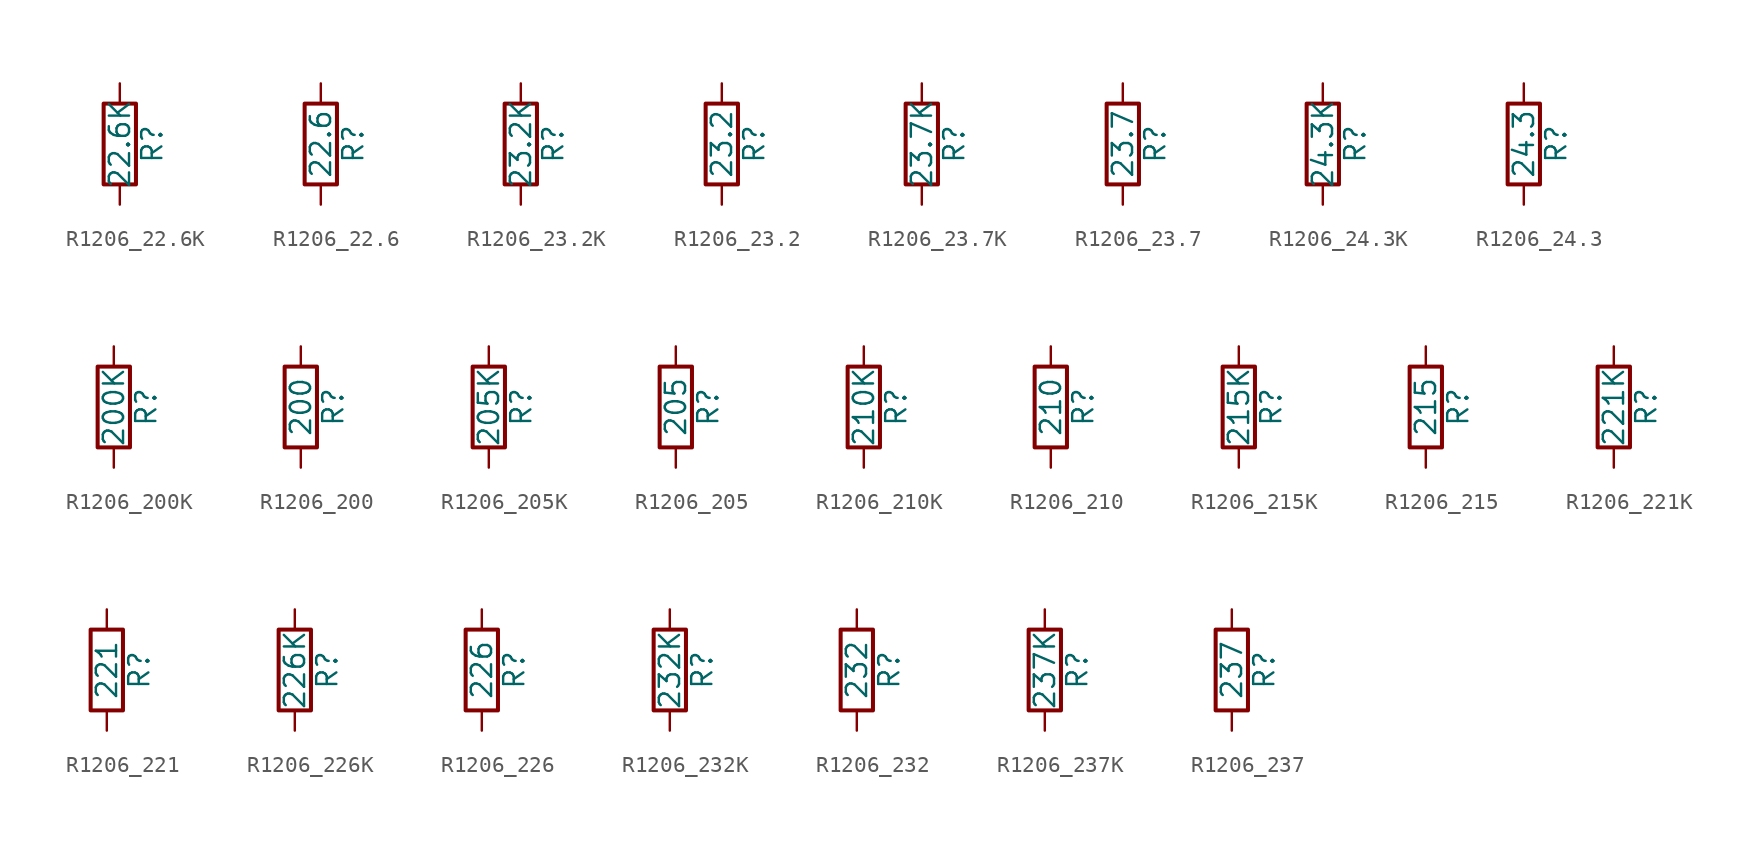
<source format=kicad_sym>
(kicad_symbol_lib
  (version 20211014)
  (generator atlantix-eda)
  (symbol "R1206_22.6K"
    (pin_numbers hide)
    (pin_names
      (offset 0))
    (property "Reference" "R"
      (at 2.032 0 90)
      (effects (font (size 1.27 1.27))))
    (property "Value" "22.6K"
      (at 0 0 90)
      (effects (font (size 1.27 1.27))))
    (symbol "R1206_22.6K_0_1"
      (rectangle (start -1.016 -2.54) (end 1.016 2.54) (stroke (width 0.254) (type default) (color 0 0 0 0)) (fill (type none))))
    (symbol "R1206_22.6K_1_1"
      (pin passive line (at 0 3.81 270) (length 1.27) (name "~" (effects (font (size 1.27 1.27)))) (number "1" (effects (font (size 1.27 1.27)))))
      (pin passive line (at 0 -3.81 90) (length 1.27) (name "~" (effects (font (size 1.27 1.27)))) (number "2" (effects (font (size 1.27 1.27)))))))
  (symbol "R1206_22.6"
    (pin_numbers hide)
    (pin_names
      (offset 0))
    (property "Reference" "R"
      (at 2.032 0 90)
      (effects (font (size 1.27 1.27))))
    (property "Value" "22.6"
      (at 0 0 90)
      (effects (font (size 1.27 1.27))))
    (symbol "R1206_22.6_0_1"
      (rectangle (start -1.016 -2.54) (end 1.016 2.54) (stroke (width 0.254) (type default) (color 0 0 0 0)) (fill (type none))))
    (symbol "R1206_22.6_1_1"
      (pin passive line (at 0 3.81 270) (length 1.27) (name "~" (effects (font (size 1.27 1.27)))) (number "1" (effects (font (size 1.27 1.27)))))
      (pin passive line (at 0 -3.81 90) (length 1.27) (name "~" (effects (font (size 1.27 1.27)))) (number "2" (effects (font (size 1.27 1.27)))))))
  (symbol "R1206_23.2K"
    (pin_numbers hide)
    (pin_names
      (offset 0))
    (property "Reference" "R"
      (at 2.032 0 90)
      (effects (font (size 1.27 1.27))))
    (property "Value" "23.2K"
      (at 0 0 90)
      (effects (font (size 1.27 1.27))))
    (symbol "R1206_23.2K_0_1"
      (rectangle (start -1.016 -2.54) (end 1.016 2.54) (stroke (width 0.254) (type default) (color 0 0 0 0)) (fill (type none))))
    (symbol "R1206_23.2K_1_1"
      (pin passive line (at 0 3.81 270) (length 1.27) (name "~" (effects (font (size 1.27 1.27)))) (number "1" (effects (font (size 1.27 1.27)))))
      (pin passive line (at 0 -3.81 90) (length 1.27) (name "~" (effects (font (size 1.27 1.27)))) (number "2" (effects (font (size 1.27 1.27)))))))
  (symbol "R1206_23.2"
    (pin_numbers hide)
    (pin_names
      (offset 0))
    (property "Reference" "R"
      (at 2.032 0 90)
      (effects (font (size 1.27 1.27))))
    (property "Value" "23.2"
      (at 0 0 90)
      (effects (font (size 1.27 1.27))))
    (symbol "R1206_23.2_0_1"
      (rectangle (start -1.016 -2.54) (end 1.016 2.54) (stroke (width 0.254) (type default) (color 0 0 0 0)) (fill (type none))))
    (symbol "R1206_23.2_1_1"
      (pin passive line (at 0 3.81 270) (length 1.27) (name "~" (effects (font (size 1.27 1.27)))) (number "1" (effects (font (size 1.27 1.27)))))
      (pin passive line (at 0 -3.81 90) (length 1.27) (name "~" (effects (font (size 1.27 1.27)))) (number "2" (effects (font (size 1.27 1.27)))))))
  (symbol "R1206_23.7K"
    (pin_numbers hide)
    (pin_names
      (offset 0))
    (property "Reference" "R"
      (at 2.032 0 90)
      (effects (font (size 1.27 1.27))))
    (property "Value" "23.7K"
      (at 0 0 90)
      (effects (font (size 1.27 1.27))))
    (symbol "R1206_23.7K_0_1"
      (rectangle (start -1.016 -2.54) (end 1.016 2.54) (stroke (width 0.254) (type default) (color 0 0 0 0)) (fill (type none))))
    (symbol "R1206_23.7K_1_1"
      (pin passive line (at 0 3.81 270) (length 1.27) (name "~" (effects (font (size 1.27 1.27)))) (number "1" (effects (font (size 1.27 1.27)))))
      (pin passive line (at 0 -3.81 90) (length 1.27) (name "~" (effects (font (size 1.27 1.27)))) (number "2" (effects (font (size 1.27 1.27)))))))
  (symbol "R1206_23.7"
    (pin_numbers hide)
    (pin_names
      (offset 0))
    (property "Reference" "R"
      (at 2.032 0 90)
      (effects (font (size 1.27 1.27))))
    (property "Value" "23.7"
      (at 0 0 90)
      (effects (font (size 1.27 1.27))))
    (symbol "R1206_23.7_0_1"
      (rectangle (start -1.016 -2.54) (end 1.016 2.54) (stroke (width 0.254) (type default) (color 0 0 0 0)) (fill (type none))))
    (symbol "R1206_23.7_1_1"
      (pin passive line (at 0 3.81 270) (length 1.27) (name "~" (effects (font (size 1.27 1.27)))) (number "1" (effects (font (size 1.27 1.27)))))
      (pin passive line (at 0 -3.81 90) (length 1.27) (name "~" (effects (font (size 1.27 1.27)))) (number "2" (effects (font (size 1.27 1.27)))))))
  (symbol "R1206_24.3K"
    (pin_numbers hide)
    (pin_names
      (offset 0))
    (property "Reference" "R"
      (at 2.032 0 90)
      (effects (font (size 1.27 1.27))))
    (property "Value" "24.3K"
      (at 0 0 90)
      (effects (font (size 1.27 1.27))))
    (symbol "R1206_24.3K_0_1"
      (rectangle (start -1.016 -2.54) (end 1.016 2.54) (stroke (width 0.254) (type default) (color 0 0 0 0)) (fill (type none))))
    (symbol "R1206_24.3K_1_1"
      (pin passive line (at 0 3.81 270) (length 1.27) (name "~" (effects (font (size 1.27 1.27)))) (number "1" (effects (font (size 1.27 1.27)))))
      (pin passive line (at 0 -3.81 90) (length 1.27) (name "~" (effects (font (size 1.27 1.27)))) (number "2" (effects (font (size 1.27 1.27)))))))
  (symbol "R1206_24.3"
    (pin_numbers hide)
    (pin_names
      (offset 0))
    (property "Reference" "R"
      (at 2.032 0 90)
      (effects (font (size 1.27 1.27))))
    (property "Value" "24.3"
      (at 0 0 90)
      (effects (font (size 1.27 1.27))))
    (symbol "R1206_24.3_0_1"
      (rectangle (start -1.016 -2.54) (end 1.016 2.54) (stroke (width 0.254) (type default) (color 0 0 0 0)) (fill (type none))))
    (symbol "R1206_24.3_1_1"
      (pin passive line (at 0 3.81 270) (length 1.27) (name "~" (effects (font (size 1.27 1.27)))) (number "1" (effects (font (size 1.27 1.27)))))
      (pin passive line (at 0 -3.81 90) (length 1.27) (name "~" (effects (font (size 1.27 1.27)))) (number "2" (effects (font (size 1.27 1.27)))))))
  (symbol "R1206_200K"
    (pin_numbers hide)
    (pin_names
      (offset 0))
    (property "Reference" "R"
      (at 2.032 0 90)
      (effects (font (size 1.27 1.27))))
    (property "Value" "200K"
      (at 0 0 90)
      (effects (font (size 1.27 1.27))))
    (symbol "R1206_200K_0_1"
      (rectangle (start -1.016 -2.54) (end 1.016 2.54) (stroke (width 0.254) (type default) (color 0 0 0 0)) (fill (type none))))
    (symbol "R1206_200K_1_1"
      (pin passive line (at 0 3.81 270) (length 1.27) (name "~" (effects (font (size 1.27 1.27)))) (number "1" (effects (font (size 1.27 1.27)))))
      (pin passive line (at 0 -3.81 90) (length 1.27) (name "~" (effects (font (size 1.27 1.27)))) (number "2" (effects (font (size 1.27 1.27)))))))
  (symbol "R1206_200"
    (pin_numbers hide)
    (pin_names
      (offset 0))
    (property "Reference" "R"
      (at 2.032 0 90)
      (effects (font (size 1.27 1.27))))
    (property "Value" "200"
      (at 0 0 90)
      (effects (font (size 1.27 1.27))))
    (symbol "R1206_200_0_1"
      (rectangle (start -1.016 -2.54) (end 1.016 2.54) (stroke (width 0.254) (type default) (color 0 0 0 0)) (fill (type none))))
    (symbol "R1206_200_1_1"
      (pin passive line (at 0 3.81 270) (length 1.27) (name "~" (effects (font (size 1.27 1.27)))) (number "1" (effects (font (size 1.27 1.27)))))
      (pin passive line (at 0 -3.81 90) (length 1.27) (name "~" (effects (font (size 1.27 1.27)))) (number "2" (effects (font (size 1.27 1.27)))))))
  (symbol "R1206_205K"
    (pin_numbers hide)
    (pin_names
      (offset 0))
    (property "Reference" "R"
      (at 2.032 0 90)
      (effects (font (size 1.27 1.27))))
    (property "Value" "205K"
      (at 0 0 90)
      (effects (font (size 1.27 1.27))))
    (symbol "R1206_205K_0_1"
      (rectangle (start -1.016 -2.54) (end 1.016 2.54) (stroke (width 0.254) (type default) (color 0 0 0 0)) (fill (type none))))
    (symbol "R1206_205K_1_1"
      (pin passive line (at 0 3.81 270) (length 1.27) (name "~" (effects (font (size 1.27 1.27)))) (number "1" (effects (font (size 1.27 1.27)))))
      (pin passive line (at 0 -3.81 90) (length 1.27) (name "~" (effects (font (size 1.27 1.27)))) (number "2" (effects (font (size 1.27 1.27)))))))
  (symbol "R1206_205"
    (pin_numbers hide)
    (pin_names
      (offset 0))
    (property "Reference" "R"
      (at 2.032 0 90)
      (effects (font (size 1.27 1.27))))
    (property "Value" "205"
      (at 0 0 90)
      (effects (font (size 1.27 1.27))))
    (symbol "R1206_205_0_1"
      (rectangle (start -1.016 -2.54) (end 1.016 2.54) (stroke (width 0.254) (type default) (color 0 0 0 0)) (fill (type none))))
    (symbol "R1206_205_1_1"
      (pin passive line (at 0 3.81 270) (length 1.27) (name "~" (effects (font (size 1.27 1.27)))) (number "1" (effects (font (size 1.27 1.27)))))
      (pin passive line (at 0 -3.81 90) (length 1.27) (name "~" (effects (font (size 1.27 1.27)))) (number "2" (effects (font (size 1.27 1.27)))))))
  (symbol "R1206_210K"
    (pin_numbers hide)
    (pin_names
      (offset 0))
    (property "Reference" "R"
      (at 2.032 0 90)
      (effects (font (size 1.27 1.27))))
    (property "Value" "210K"
      (at 0 0 90)
      (effects (font (size 1.27 1.27))))
    (symbol "R1206_210K_0_1"
      (rectangle (start -1.016 -2.54) (end 1.016 2.54) (stroke (width 0.254) (type default) (color 0 0 0 0)) (fill (type none))))
    (symbol "R1206_210K_1_1"
      (pin passive line (at 0 3.81 270) (length 1.27) (name "~" (effects (font (size 1.27 1.27)))) (number "1" (effects (font (size 1.27 1.27)))))
      (pin passive line (at 0 -3.81 90) (length 1.27) (name "~" (effects (font (size 1.27 1.27)))) (number "2" (effects (font (size 1.27 1.27)))))))
  (symbol "R1206_210"
    (pin_numbers hide)
    (pin_names
      (offset 0))
    (property "Reference" "R"
      (at 2.032 0 90)
      (effects (font (size 1.27 1.27))))
    (property "Value" "210"
      (at 0 0 90)
      (effects (font (size 1.27 1.27))))
    (symbol "R1206_210_0_1"
      (rectangle (start -1.016 -2.54) (end 1.016 2.54) (stroke (width 0.254) (type default) (color 0 0 0 0)) (fill (type none))))
    (symbol "R1206_210_1_1"
      (pin passive line (at 0 3.81 270) (length 1.27) (name "~" (effects (font (size 1.27 1.27)))) (number "1" (effects (font (size 1.27 1.27)))))
      (pin passive line (at 0 -3.81 90) (length 1.27) (name "~" (effects (font (size 1.27 1.27)))) (number "2" (effects (font (size 1.27 1.27)))))))
  (symbol "R1206_215K"
    (pin_numbers hide)
    (pin_names
      (offset 0))
    (property "Reference" "R"
      (at 2.032 0 90)
      (effects (font (size 1.27 1.27))))
    (property "Value" "215K"
      (at 0 0 90)
      (effects (font (size 1.27 1.27))))
    (symbol "R1206_215K_0_1"
      (rectangle (start -1.016 -2.54) (end 1.016 2.54) (stroke (width 0.254) (type default) (color 0 0 0 0)) (fill (type none))))
    (symbol "R1206_215K_1_1"
      (pin passive line (at 0 3.81 270) (length 1.27) (name "~" (effects (font (size 1.27 1.27)))) (number "1" (effects (font (size 1.27 1.27)))))
      (pin passive line (at 0 -3.81 90) (length 1.27) (name "~" (effects (font (size 1.27 1.27)))) (number "2" (effects (font (size 1.27 1.27)))))))
  (symbol "R1206_215"
    (pin_numbers hide)
    (pin_names
      (offset 0))
    (property "Reference" "R"
      (at 2.032 0 90)
      (effects (font (size 1.27 1.27))))
    (property "Value" "215"
      (at 0 0 90)
      (effects (font (size 1.27 1.27))))
    (symbol "R1206_215_0_1"
      (rectangle (start -1.016 -2.54) (end 1.016 2.54) (stroke (width 0.254) (type default) (color 0 0 0 0)) (fill (type none))))
    (symbol "R1206_215_1_1"
      (pin passive line (at 0 3.81 270) (length 1.27) (name "~" (effects (font (size 1.27 1.27)))) (number "1" (effects (font (size 1.27 1.27)))))
      (pin passive line (at 0 -3.81 90) (length 1.27) (name "~" (effects (font (size 1.27 1.27)))) (number "2" (effects (font (size 1.27 1.27)))))))
  (symbol "R1206_221K"
    (pin_numbers hide)
    (pin_names
      (offset 0))
    (property "Reference" "R"
      (at 2.032 0 90)
      (effects (font (size 1.27 1.27))))
    (property "Value" "221K"
      (at 0 0 90)
      (effects (font (size 1.27 1.27))))
    (symbol "R1206_221K_0_1"
      (rectangle (start -1.016 -2.54) (end 1.016 2.54) (stroke (width 0.254) (type default) (color 0 0 0 0)) (fill (type none))))
    (symbol "R1206_221K_1_1"
      (pin passive line (at 0 3.81 270) (length 1.27) (name "~" (effects (font (size 1.27 1.27)))) (number "1" (effects (font (size 1.27 1.27)))))
      (pin passive line (at 0 -3.81 90) (length 1.27) (name "~" (effects (font (size 1.27 1.27)))) (number "2" (effects (font (size 1.27 1.27)))))))
  (symbol "R1206_221"
    (pin_numbers hide)
    (pin_names
      (offset 0))
    (property "Reference" "R"
      (at 2.032 0 90)
      (effects (font (size 1.27 1.27))))
    (property "Value" "221"
      (at 0 0 90)
      (effects (font (size 1.27 1.27))))
    (symbol "R1206_221_0_1"
      (rectangle (start -1.016 -2.54) (end 1.016 2.54) (stroke (width 0.254) (type default) (color 0 0 0 0)) (fill (type none))))
    (symbol "R1206_221_1_1"
      (pin passive line (at 0 3.81 270) (length 1.27) (name "~" (effects (font (size 1.27 1.27)))) (number "1" (effects (font (size 1.27 1.27)))))
      (pin passive line (at 0 -3.81 90) (length 1.27) (name "~" (effects (font (size 1.27 1.27)))) (number "2" (effects (font (size 1.27 1.27)))))))
  (symbol "R1206_226K"
    (pin_numbers hide)
    (pin_names
      (offset 0))
    (property "Reference" "R"
      (at 2.032 0 90)
      (effects (font (size 1.27 1.27))))
    (property "Value" "226K"
      (at 0 0 90)
      (effects (font (size 1.27 1.27))))
    (symbol "R1206_226K_0_1"
      (rectangle (start -1.016 -2.54) (end 1.016 2.54) (stroke (width 0.254) (type default) (color 0 0 0 0)) (fill (type none))))
    (symbol "R1206_226K_1_1"
      (pin passive line (at 0 3.81 270) (length 1.27) (name "~" (effects (font (size 1.27 1.27)))) (number "1" (effects (font (size 1.27 1.27)))))
      (pin passive line (at 0 -3.81 90) (length 1.27) (name "~" (effects (font (size 1.27 1.27)))) (number "2" (effects (font (size 1.27 1.27)))))))
  (symbol "R1206_226"
    (pin_numbers hide)
    (pin_names
      (offset 0))
    (property "Reference" "R"
      (at 2.032 0 90)
      (effects (font (size 1.27 1.27))))
    (property "Value" "226"
      (at 0 0 90)
      (effects (font (size 1.27 1.27))))
    (symbol "R1206_226_0_1"
      (rectangle (start -1.016 -2.54) (end 1.016 2.54) (stroke (width 0.254) (type default) (color 0 0 0 0)) (fill (type none))))
    (symbol "R1206_226_1_1"
      (pin passive line (at 0 3.81 270) (length 1.27) (name "~" (effects (font (size 1.27 1.27)))) (number "1" (effects (font (size 1.27 1.27)))))
      (pin passive line (at 0 -3.81 90) (length 1.27) (name "~" (effects (font (size 1.27 1.27)))) (number "2" (effects (font (size 1.27 1.27)))))))
  (symbol "R1206_232K"
    (pin_numbers hide)
    (pin_names
      (offset 0))
    (property "Reference" "R"
      (at 2.032 0 90)
      (effects (font (size 1.27 1.27))))
    (property "Value" "232K"
      (at 0 0 90)
      (effects (font (size 1.27 1.27))))
    (symbol "R1206_232K_0_1"
      (rectangle (start -1.016 -2.54) (end 1.016 2.54) (stroke (width 0.254) (type default) (color 0 0 0 0)) (fill (type none))))
    (symbol "R1206_232K_1_1"
      (pin passive line (at 0 3.81 270) (length 1.27) (name "~" (effects (font (size 1.27 1.27)))) (number "1" (effects (font (size 1.27 1.27)))))
      (pin passive line (at 0 -3.81 90) (length 1.27) (name "~" (effects (font (size 1.27 1.27)))) (number "2" (effects (font (size 1.27 1.27)))))))
  (symbol "R1206_232"
    (pin_numbers hide)
    (pin_names
      (offset 0))
    (property "Reference" "R"
      (at 2.032 0 90)
      (effects (font (size 1.27 1.27))))
    (property "Value" "232"
      (at 0 0 90)
      (effects (font (size 1.27 1.27))))
    (symbol "R1206_232_0_1"
      (rectangle (start -1.016 -2.54) (end 1.016 2.54) (stroke (width 0.254) (type default) (color 0 0 0 0)) (fill (type none))))
    (symbol "R1206_232_1_1"
      (pin passive line (at 0 3.81 270) (length 1.27) (name "~" (effects (font (size 1.27 1.27)))) (number "1" (effects (font (size 1.27 1.27)))))
      (pin passive line (at 0 -3.81 90) (length 1.27) (name "~" (effects (font (size 1.27 1.27)))) (number "2" (effects (font (size 1.27 1.27)))))))
  (symbol "R1206_237K"
    (pin_numbers hide)
    (pin_names
      (offset 0))
    (property "Reference" "R"
      (at 2.032 0 90)
      (effects (font (size 1.27 1.27))))
    (property "Value" "237K"
      (at 0 0 90)
      (effects (font (size 1.27 1.27))))
    (symbol "R1206_237K_0_1"
      (rectangle (start -1.016 -2.54) (end 1.016 2.54) (stroke (width 0.254) (type default) (color 0 0 0 0)) (fill (type none))))
    (symbol "R1206_237K_1_1"
      (pin passive line (at 0 3.81 270) (length 1.27) (name "~" (effects (font (size 1.27 1.27)))) (number "1" (effects (font (size 1.27 1.27)))))
      (pin passive line (at 0 -3.81 90) (length 1.27) (name "~" (effects (font (size 1.27 1.27)))) (number "2" (effects (font (size 1.27 1.27)))))))
  (symbol "R1206_237"
    (pin_numbers hide)
    (pin_names
      (offset 0))
    (property "Reference" "R"
      (at 2.032 0 90)
      (effects (font (size 1.27 1.27))))
    (property "Value" "237"
      (at 0 0 90)
      (effects (font (size 1.27 1.27))))
    (symbol "R1206_237_0_1"
      (rectangle (start -1.016 -2.54) (end 1.016 2.54) (stroke (width 0.254) (type default) (color 0 0 0 0)) (fill (type none))))
    (symbol "R1206_237_1_1"
      (pin passive line (at 0 3.81 270) (length 1.27) (name "~" (effects (font (size 1.27 1.27)))) (number "1" (effects (font (size 1.27 1.27)))))
      (pin passive line (at 0 -3.81 90) (length 1.27) (name "~" (effects (font (size 1.27 1.27)))) (number "2" (effects (font (size 1.27 1.27))))))))
</source>
